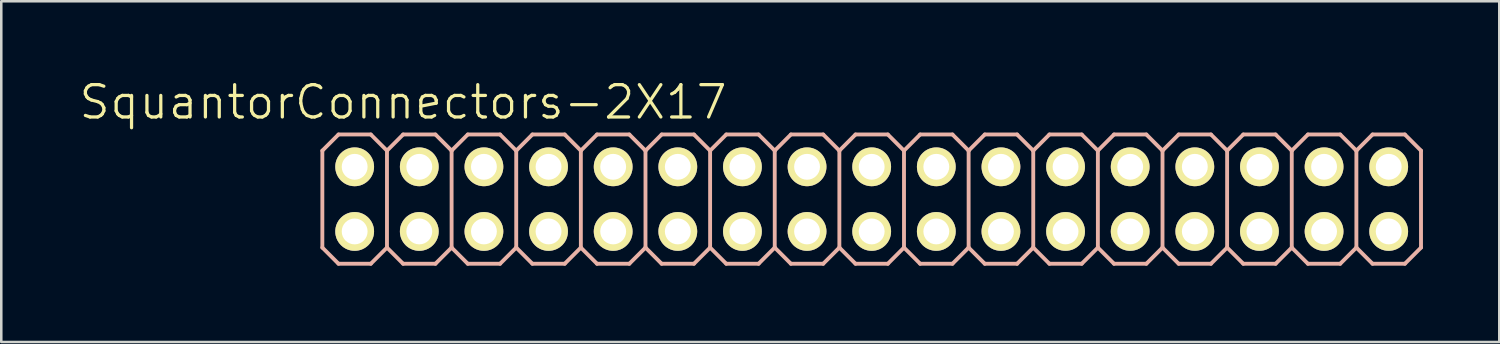
<source format=kicad_pcb>
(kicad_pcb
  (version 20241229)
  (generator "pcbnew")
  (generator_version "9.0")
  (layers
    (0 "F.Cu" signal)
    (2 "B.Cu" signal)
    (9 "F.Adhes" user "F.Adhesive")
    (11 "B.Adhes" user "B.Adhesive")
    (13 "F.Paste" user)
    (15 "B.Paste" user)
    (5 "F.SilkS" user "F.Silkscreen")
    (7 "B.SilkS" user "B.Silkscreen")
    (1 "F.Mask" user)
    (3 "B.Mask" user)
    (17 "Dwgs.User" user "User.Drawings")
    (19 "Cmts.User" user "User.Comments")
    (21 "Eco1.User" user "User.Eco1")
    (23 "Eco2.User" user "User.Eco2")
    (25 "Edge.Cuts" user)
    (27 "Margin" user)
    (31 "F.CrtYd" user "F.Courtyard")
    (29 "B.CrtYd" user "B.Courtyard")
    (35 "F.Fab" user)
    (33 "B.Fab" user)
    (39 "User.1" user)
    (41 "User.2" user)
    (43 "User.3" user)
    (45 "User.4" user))
  (footprint "SquantorConnectors-2X17"
    (layer "F.Cu")
    (at 31.209 4.776)
    (property "Reference" "SquantorConnectors-2X17" (at -18.415 -3.81 0) (layer "F.SilkS") (effects (font (size 1.27 1.27) (thickness 0.127))))
    (attr exclude_from_pos_files exclude_from_bom)
    (fp_line (start -20.574 -1.524) (end -20.066 -1.524) (stroke (width 0.066) (type solid)) (layer "F.SilkS"))
    (fp_line (start -20.574 -1.016) (end -20.574 -1.524) (stroke (width 0.066) (type solid)) (layer "F.SilkS"))
    (fp_line (start -20.574 -1.016) (end -20.066 -1.016) (stroke (width 0.066) (type solid)) (layer "F.SilkS"))
    (fp_line (start -20.574 1.016) (end -20.066 1.016) (stroke (width 0.066) (type solid)) (layer "F.SilkS"))
    (fp_line (start -20.574 1.524) (end -20.574 1.016) (stroke (width 0.066) (type solid)) (layer "F.SilkS"))
    (fp_line (start -20.574 1.524) (end -20.066 1.524) (stroke (width 0.066) (type solid)) (layer "F.SilkS"))
    (fp_line (start -20.066 -1.016) (end -20.066 -1.524) (stroke (width 0.066) (type solid)) (layer "F.SilkS"))
    (fp_line (start -20.066 1.524) (end -20.066 1.016) (stroke (width 0.066) (type solid)) (layer "F.SilkS"))
    (fp_line (start -18.034 -1.524) (end -17.523 -1.524) (stroke (width 0.066) (type solid)) (layer "F.SilkS"))
    (fp_line (start -18.034 -1.016) (end -18.034 -1.524) (stroke (width 0.066) (type solid)) (layer "F.SilkS"))
    (fp_line (start -18.034 -1.016) (end -17.523 -1.016) (stroke (width 0.066) (type solid)) (layer "F.SilkS"))
    (fp_line (start -18.034 1.016) (end -17.523 1.016) (stroke (width 0.066) (type solid)) (layer "F.SilkS"))
    (fp_line (start -18.034 1.524) (end -18.034 1.016) (stroke (width 0.066) (type solid)) (layer "F.SilkS"))
    (fp_line (start -18.034 1.524) (end -17.523 1.524) (stroke (width 0.066) (type solid)) (layer "F.SilkS"))
    (fp_line (start -17.523 -1.016) (end -17.523 -1.524) (stroke (width 0.066) (type solid)) (layer "F.SilkS"))
    (fp_line (start -17.523 1.524) (end -17.523 1.016) (stroke (width 0.066) (type solid)) (layer "F.SilkS"))
    (fp_line (start -15.494 -1.524) (end -14.986 -1.524) (stroke (width 0.066) (type solid)) (layer "F.SilkS"))
    (fp_line (start -15.494 -1.016) (end -15.494 -1.524) (stroke (width 0.066) (type solid)) (layer "F.SilkS"))
    (fp_line (start -15.494 -1.016) (end -14.986 -1.016) (stroke (width 0.066) (type solid)) (layer "F.SilkS"))
    (fp_line (start -15.494 1.016) (end -14.986 1.016) (stroke (width 0.066) (type solid)) (layer "F.SilkS"))
    (fp_line (start -15.494 1.524) (end -15.494 1.016) (stroke (width 0.066) (type solid)) (layer "F.SilkS"))
    (fp_line (start -15.494 1.524) (end -14.986 1.524) (stroke (width 0.066) (type solid)) (layer "F.SilkS"))
    (fp_line (start -14.986 -1.016) (end -14.986 -1.524) (stroke (width 0.066) (type solid)) (layer "F.SilkS"))
    (fp_line (start -14.986 1.524) (end -14.986 1.016) (stroke (width 0.066) (type solid)) (layer "F.SilkS"))
    (fp_line (start -12.954 -1.524) (end -12.446 -1.524) (stroke (width 0.066) (type solid)) (layer "F.SilkS"))
    (fp_line (start -12.954 -1.016) (end -12.954 -1.524) (stroke (width 0.066) (type solid)) (layer "F.SilkS"))
    (fp_line (start -12.954 -1.016) (end -12.446 -1.016) (stroke (width 0.066) (type solid)) (layer "F.SilkS"))
    (fp_line (start -12.954 1.016) (end -12.446 1.016) (stroke (width 0.066) (type solid)) (layer "F.SilkS"))
    (fp_line (start -12.954 1.524) (end -12.954 1.016) (stroke (width 0.066) (type solid)) (layer "F.SilkS"))
    (fp_line (start -12.954 1.524) (end -12.446 1.524) (stroke (width 0.066) (type solid)) (layer "F.SilkS"))
    (fp_line (start -12.446 -1.016) (end -12.446 -1.524) (stroke (width 0.066) (type solid)) (layer "F.SilkS"))
    (fp_line (start -12.446 1.524) (end -12.446 1.016) (stroke (width 0.066) (type solid)) (layer "F.SilkS"))
    (fp_line (start -10.414 -1.524) (end -9.906 -1.524) (stroke (width 0.066) (type solid)) (layer "F.SilkS"))
    (fp_line (start -10.414 -1.016) (end -10.414 -1.524) (stroke (width 0.066) (type solid)) (layer "F.SilkS"))
    (fp_line (start -10.414 -1.016) (end -9.906 -1.016) (stroke (width 0.066) (type solid)) (layer "F.SilkS"))
    (fp_line (start -10.414 1.016) (end -9.906 1.016) (stroke (width 0.066) (type solid)) (layer "F.SilkS"))
    (fp_line (start -10.414 1.524) (end -10.414 1.016) (stroke (width 0.066) (type solid)) (layer "F.SilkS"))
    (fp_line (start -10.414 1.524) (end -9.906 1.524) (stroke (width 0.066) (type solid)) (layer "F.SilkS"))
    (fp_line (start -9.906 -1.016) (end -9.906 -1.524) (stroke (width 0.066) (type solid)) (layer "F.SilkS"))
    (fp_line (start -9.906 1.524) (end -9.906 1.016) (stroke (width 0.066) (type solid)) (layer "F.SilkS"))
    (fp_line (start -7.874 -1.524) (end -7.366 -1.524) (stroke (width 0.066) (type solid)) (layer "F.SilkS"))
    (fp_line (start -7.874 -1.016) (end -7.874 -1.524) (stroke (width 0.066) (type solid)) (layer "F.SilkS"))
    (fp_line (start -7.874 -1.016) (end -7.366 -1.016) (stroke (width 0.066) (type solid)) (layer "F.SilkS"))
    (fp_line (start -7.874 1.016) (end -7.366 1.016) (stroke (width 0.066) (type solid)) (layer "F.SilkS"))
    (fp_line (start -7.874 1.524) (end -7.874 1.016) (stroke (width 0.066) (type solid)) (layer "F.SilkS"))
    (fp_line (start -7.874 1.524) (end -7.366 1.524) (stroke (width 0.066) (type solid)) (layer "F.SilkS"))
    (fp_line (start -7.366 -1.016) (end -7.366 -1.524) (stroke (width 0.066) (type solid)) (layer "F.SilkS"))
    (fp_line (start -7.366 1.524) (end -7.366 1.016) (stroke (width 0.066) (type solid)) (layer "F.SilkS"))
    (fp_line (start -5.334 -1.524) (end -4.826 -1.524) (stroke (width 0.066) (type solid)) (layer "F.SilkS"))
    (fp_line (start -5.334 -1.016) (end -5.334 -1.524) (stroke (width 0.066) (type solid)) (layer "F.SilkS"))
    (fp_line (start -5.334 -1.016) (end -4.826 -1.016) (stroke (width 0.066) (type solid)) (layer "F.SilkS"))
    (fp_line (start -5.334 1.016) (end -4.826 1.016) (stroke (width 0.066) (type solid)) (layer "F.SilkS"))
    (fp_line (start -5.334 1.524) (end -5.334 1.016) (stroke (width 0.066) (type solid)) (layer "F.SilkS"))
    (fp_line (start -5.334 1.524) (end -4.826 1.524) (stroke (width 0.066) (type solid)) (layer "F.SilkS"))
    (fp_line (start -4.826 -1.016) (end -4.826 -1.524) (stroke (width 0.066) (type solid)) (layer "F.SilkS"))
    (fp_line (start -4.826 1.524) (end -4.826 1.016) (stroke (width 0.066) (type solid)) (layer "F.SilkS"))
    (fp_line (start -2.794 -1.524) (end -2.286 -1.524) (stroke (width 0.066) (type solid)) (layer "F.SilkS"))
    (fp_line (start -2.794 -1.016) (end -2.794 -1.524) (stroke (width 0.066) (type solid)) (layer "F.SilkS"))
    (fp_line (start -2.794 -1.016) (end -2.286 -1.016) (stroke (width 0.066) (type solid)) (layer "F.SilkS"))
    (fp_line (start -2.794 1.016) (end -2.286 1.016) (stroke (width 0.066) (type solid)) (layer "F.SilkS"))
    (fp_line (start -2.794 1.524) (end -2.794 1.016) (stroke (width 0.066) (type solid)) (layer "F.SilkS"))
    (fp_line (start -2.794 1.524) (end -2.286 1.524) (stroke (width 0.066) (type solid)) (layer "F.SilkS"))
    (fp_line (start -2.286 -1.016) (end -2.286 -1.524) (stroke (width 0.066) (type solid)) (layer "F.SilkS"))
    (fp_line (start -2.286 1.524) (end -2.286 1.016) (stroke (width 0.066) (type solid)) (layer "F.SilkS"))
    (fp_line (start -0.254 -1.524) (end 0.254 -1.524) (stroke (width 0.066) (type solid)) (layer "F.SilkS"))
    (fp_line (start -0.254 -1.016) (end -0.254 -1.524) (stroke (width 0.066) (type solid)) (layer "F.SilkS"))
    (fp_line (start -0.254 -1.016) (end 0.254 -1.016) (stroke (width 0.066) (type solid)) (layer "F.SilkS"))
    (fp_line (start -0.254 1.016) (end 0.254 1.016) (stroke (width 0.066) (type solid)) (layer "F.SilkS"))
    (fp_line (start -0.254 1.524) (end -0.254 1.016) (stroke (width 0.066) (type solid)) (layer "F.SilkS"))
    (fp_line (start -0.254 1.524) (end 0.254 1.524) (stroke (width 0.066) (type solid)) (layer "F.SilkS"))
    (fp_line (start 0.254 -1.016) (end 0.254 -1.524) (stroke (width 0.066) (type solid)) (layer "F.SilkS"))
    (fp_line (start 0.254 1.524) (end 0.254 1.016) (stroke (width 0.066) (type solid)) (layer "F.SilkS"))
    (fp_line (start 2.286 -1.524) (end 2.794 -1.524) (stroke (width 0.066) (type solid)) (layer "F.SilkS"))
    (fp_line (start 2.286 -1.016) (end 2.286 -1.524) (stroke (width 0.066) (type solid)) (layer "F.SilkS"))
    (fp_line (start 2.286 -1.016) (end 2.794 -1.016) (stroke (width 0.066) (type solid)) (layer "F.SilkS"))
    (fp_line (start 2.286 1.016) (end 2.794 1.016) (stroke (width 0.066) (type solid)) (layer "F.SilkS"))
    (fp_line (start 2.286 1.524) (end 2.286 1.016) (stroke (width 0.066) (type solid)) (layer "F.SilkS"))
    (fp_line (start 2.286 1.524) (end 2.794 1.524) (stroke (width 0.066) (type solid)) (layer "F.SilkS"))
    (fp_line (start 2.794 -1.016) (end 2.794 -1.524) (stroke (width 0.066) (type solid)) (layer "F.SilkS"))
    (fp_line (start 2.794 1.524) (end 2.794 1.016) (stroke (width 0.066) (type solid)) (layer "F.SilkS"))
    (fp_line (start 4.826 -1.524) (end 5.334 -1.524) (stroke (width 0.066) (type solid)) (layer "F.SilkS"))
    (fp_line (start 4.826 -1.016) (end 4.826 -1.524) (stroke (width 0.066) (type solid)) (layer "F.SilkS"))
    (fp_line (start 4.826 -1.016) (end 5.334 -1.016) (stroke (width 0.066) (type solid)) (layer "F.SilkS"))
    (fp_line (start 4.826 1.016) (end 5.334 1.016) (stroke (width 0.066) (type solid)) (layer "F.SilkS"))
    (fp_line (start 4.826 1.524) (end 4.826 1.016) (stroke (width 0.066) (type solid)) (layer "F.SilkS"))
    (fp_line (start 4.826 1.524) (end 5.334 1.524) (stroke (width 0.066) (type solid)) (layer "F.SilkS"))
    (fp_line (start 5.334 -1.016) (end 5.334 -1.524) (stroke (width 0.066) (type solid)) (layer "F.SilkS"))
    (fp_line (start 5.334 1.524) (end 5.334 1.016) (stroke (width 0.066) (type solid)) (layer "F.SilkS"))
    (fp_line (start 7.366 -1.524) (end 7.874 -1.524) (stroke (width 0.066) (type solid)) (layer "F.SilkS"))
    (fp_line (start 7.366 -1.016) (end 7.366 -1.524) (stroke (width 0.066) (type solid)) (layer "F.SilkS"))
    (fp_line (start 7.366 -1.016) (end 7.874 -1.016) (stroke (width 0.066) (type solid)) (layer "F.SilkS"))
    (fp_line (start 7.366 1.016) (end 7.874 1.016) (stroke (width 0.066) (type solid)) (layer "F.SilkS"))
    (fp_line (start 7.366 1.524) (end 7.366 1.016) (stroke (width 0.066) (type solid)) (layer "F.SilkS"))
    (fp_line (start 7.366 1.524) (end 7.874 1.524) (stroke (width 0.066) (type solid)) (layer "F.SilkS"))
    (fp_line (start 7.874 -1.016) (end 7.874 -1.524) (stroke (width 0.066) (type solid)) (layer "F.SilkS"))
    (fp_line (start 7.874 1.524) (end 7.874 1.016) (stroke (width 0.066) (type solid)) (layer "F.SilkS"))
    (fp_line (start 9.906 -1.524) (end 10.414 -1.524) (stroke (width 0.066) (type solid)) (layer "F.SilkS"))
    (fp_line (start 9.906 -1.016) (end 9.906 -1.524) (stroke (width 0.066) (type solid)) (layer "F.SilkS"))
    (fp_line (start 9.906 -1.016) (end 10.414 -1.016) (stroke (width 0.066) (type solid)) (layer "F.SilkS"))
    (fp_line (start 9.906 1.016) (end 10.414 1.016) (stroke (width 0.066) (type solid)) (layer "F.SilkS"))
    (fp_line (start 9.906 1.524) (end 9.906 1.016) (stroke (width 0.066) (type solid)) (layer "F.SilkS"))
    (fp_line (start 9.906 1.524) (end 10.414 1.524) (stroke (width 0.066) (type solid)) (layer "F.SilkS"))
    (fp_line (start 10.414 -1.016) (end 10.414 -1.524) (stroke (width 0.066) (type solid)) (layer "F.SilkS"))
    (fp_line (start 10.414 1.524) (end 10.414 1.016) (stroke (width 0.066) (type solid)) (layer "F.SilkS"))
    (fp_line (start 12.446 -1.524) (end 12.954 -1.524) (stroke (width 0.066) (type solid)) (layer "F.SilkS"))
    (fp_line (start 12.446 -1.016) (end 12.446 -1.524) (stroke (width 0.066) (type solid)) (layer "F.SilkS"))
    (fp_line (start 12.446 -1.016) (end 12.954 -1.016) (stroke (width 0.066) (type solid)) (layer "F.SilkS"))
    (fp_line (start 12.446 1.016) (end 12.954 1.016) (stroke (width 0.066) (type solid)) (layer "F.SilkS"))
    (fp_line (start 12.446 1.524) (end 12.446 1.016) (stroke (width 0.066) (type solid)) (layer "F.SilkS"))
    (fp_line (start 12.446 1.524) (end 12.954 1.524) (stroke (width 0.066) (type solid)) (layer "F.SilkS"))
    (fp_line (start 12.954 -1.016) (end 12.954 -1.524) (stroke (width 0.066) (type solid)) (layer "F.SilkS"))
    (fp_line (start 12.954 1.524) (end 12.954 1.016) (stroke (width 0.066) (type solid)) (layer "F.SilkS"))
    (fp_line (start 14.986 -1.524) (end 15.494 -1.524) (stroke (width 0.066) (type solid)) (layer "F.SilkS"))
    (fp_line (start 14.986 -1.016) (end 14.986 -1.524) (stroke (width 0.066) (type solid)) (layer "F.SilkS"))
    (fp_line (start 14.986 -1.016) (end 15.494 -1.016) (stroke (width 0.066) (type solid)) (layer "F.SilkS"))
    (fp_line (start 14.986 1.016) (end 15.494 1.016) (stroke (width 0.066) (type solid)) (layer "F.SilkS"))
    (fp_line (start 14.986 1.524) (end 14.986 1.016) (stroke (width 0.066) (type solid)) (layer "F.SilkS"))
    (fp_line (start 14.986 1.524) (end 15.494 1.524) (stroke (width 0.066) (type solid)) (layer "F.SilkS"))
    (fp_line (start 15.494 -1.016) (end 15.494 -1.524) (stroke (width 0.066) (type solid)) (layer "F.SilkS"))
    (fp_line (start 15.494 1.524) (end 15.494 1.016) (stroke (width 0.066) (type solid)) (layer "F.SilkS"))
    (fp_line (start 17.523 -1.524) (end 18.034 -1.524) (stroke (width 0.066) (type solid)) (layer "F.SilkS"))
    (fp_line (start 17.523 -1.016) (end 17.523 -1.524) (stroke (width 0.066) (type solid)) (layer "F.SilkS"))
    (fp_line (start 17.523 -1.016) (end 18.034 -1.016) (stroke (width 0.066) (type solid)) (layer "F.SilkS"))
    (fp_line (start 17.523 1.016) (end 18.034 1.016) (stroke (width 0.066) (type solid)) (layer "F.SilkS"))
    (fp_line (start 17.523 1.524) (end 17.523 1.016) (stroke (width 0.066) (type solid)) (layer "F.SilkS"))
    (fp_line (start 17.523 1.524) (end 18.034 1.524) (stroke (width 0.066) (type solid)) (layer "F.SilkS"))
    (fp_line (start 18.034 -1.016) (end 18.034 -1.524) (stroke (width 0.066) (type solid)) (layer "F.SilkS"))
    (fp_line (start 18.034 1.524) (end 18.034 1.016) (stroke (width 0.066) (type solid)) (layer "F.SilkS"))
    (fp_line (start 20.066 -1.524) (end 20.574 -1.524) (stroke (width 0.066) (type solid)) (layer "F.SilkS"))
    (fp_line (start 20.066 -1.016) (end 20.066 -1.524) (stroke (width 0.066) (type solid)) (layer "F.SilkS"))
    (fp_line (start 20.066 -1.016) (end 20.574 -1.016) (stroke (width 0.066) (type solid)) (layer "F.SilkS"))
    (fp_line (start 20.066 1.016) (end 20.574 1.016) (stroke (width 0.066) (type solid)) (layer "F.SilkS"))
    (fp_line (start 20.066 1.524) (end 20.066 1.016) (stroke (width 0.066) (type solid)) (layer "F.SilkS"))
    (fp_line (start 20.066 1.524) (end 20.574 1.524) (stroke (width 0.066) (type solid)) (layer "F.SilkS"))
    (fp_line (start 20.574 -1.016) (end 20.574 -1.524) (stroke (width 0.066) (type solid)) (layer "F.SilkS"))
    (fp_line (start 20.574 1.524) (end 20.574 1.016) (stroke (width 0.066) (type solid)) (layer "F.SilkS"))
    (fp_line (start -21.59 -1.905) (end -20.955 -2.54) (stroke (width 0.152) (type solid)) (layer "B.SilkS"))
    (fp_line (start -21.59 1.905) (end -21.59 -1.905) (stroke (width 0.152) (type solid)) (layer "B.SilkS"))
    (fp_line (start -21.59 1.905) (end -20.955 2.54) (stroke (width 0.152) (type solid)) (layer "B.SilkS"))
    (fp_line (start -20.955 -2.54) (end -19.685 -2.54) (stroke (width 0.152) (type solid)) (layer "B.SilkS"))
    (fp_line (start -20.955 2.54) (end -19.685 2.54) (stroke (width 0.152) (type solid)) (layer "B.SilkS"))
    (fp_line (start -19.685 -2.54) (end -19.05 -1.905) (stroke (width 0.152) (type solid)) (layer "B.SilkS"))
    (fp_line (start -19.685 2.54) (end -19.05 1.905) (stroke (width 0.152) (type solid)) (layer "B.SilkS"))
    (fp_line (start -19.05 -1.905) (end -19.05 1.905) (stroke (width 0.152) (type solid)) (layer "B.SilkS"))
    (fp_line (start -19.05 -1.905) (end -18.415 -2.54) (stroke (width 0.152) (type solid)) (layer "B.SilkS"))
    (fp_line (start -19.05 1.905) (end -18.415 2.54) (stroke (width 0.152) (type solid)) (layer "B.SilkS"))
    (fp_line (start -18.415 -2.54) (end -17.145 -2.54) (stroke (width 0.152) (type solid)) (layer "B.SilkS"))
    (fp_line (start -18.415 2.54) (end -17.145 2.54) (stroke (width 0.152) (type solid)) (layer "B.SilkS"))
    (fp_line (start -17.145 -2.54) (end -16.51 -1.905) (stroke (width 0.152) (type solid)) (layer "B.SilkS"))
    (fp_line (start -17.145 2.54) (end -16.51 1.905) (stroke (width 0.152) (type solid)) (layer "B.SilkS"))
    (fp_line (start -16.51 -1.905) (end -16.51 1.905) (stroke (width 0.152) (type solid)) (layer "B.SilkS"))
    (fp_line (start -16.51 -1.905) (end -15.875 -2.54) (stroke (width 0.152) (type solid)) (layer "B.SilkS"))
    (fp_line (start -16.51 1.905) (end -15.875 2.54) (stroke (width 0.152) (type solid)) (layer "B.SilkS"))
    (fp_line (start -15.875 -2.54) (end -14.605 -2.54) (stroke (width 0.152) (type solid)) (layer "B.SilkS"))
    (fp_line (start -15.875 2.54) (end -14.605 2.54) (stroke (width 0.152) (type solid)) (layer "B.SilkS"))
    (fp_line (start -14.605 -2.54) (end -13.97 -1.905) (stroke (width 0.152) (type solid)) (layer "B.SilkS"))
    (fp_line (start -14.605 2.54) (end -13.97 1.905) (stroke (width 0.152) (type solid)) (layer "B.SilkS"))
    (fp_line (start -13.97 -1.905) (end -13.97 1.905) (stroke (width 0.152) (type solid)) (layer "B.SilkS"))
    (fp_line (start -13.97 -1.905) (end -13.335 -2.54) (stroke (width 0.152) (type solid)) (layer "B.SilkS"))
    (fp_line (start -13.97 1.905) (end -13.335 2.54) (stroke (width 0.152) (type solid)) (layer "B.SilkS"))
    (fp_line (start -13.335 -2.54) (end -12.065 -2.54) (stroke (width 0.152) (type solid)) (layer "B.SilkS"))
    (fp_line (start -13.335 2.54) (end -12.065 2.54) (stroke (width 0.152) (type solid)) (layer "B.SilkS"))
    (fp_line (start -12.065 -2.54) (end -11.43 -1.905) (stroke (width 0.152) (type solid)) (layer "B.SilkS"))
    (fp_line (start -12.065 2.54) (end -11.43 1.905) (stroke (width 0.152) (type solid)) (layer "B.SilkS"))
    (fp_line (start -11.43 -1.905) (end -11.43 1.905) (stroke (width 0.152) (type solid)) (layer "B.SilkS"))
    (fp_line (start -11.43 -1.905) (end -10.795 -2.54) (stroke (width 0.152) (type solid)) (layer "B.SilkS"))
    (fp_line (start -11.43 1.905) (end -10.795 2.54) (stroke (width 0.152) (type solid)) (layer "B.SilkS"))
    (fp_line (start -10.795 -2.54) (end -9.525 -2.54) (stroke (width 0.152) (type solid)) (layer "B.SilkS"))
    (fp_line (start -10.795 2.54) (end -9.525 2.54) (stroke (width 0.152) (type solid)) (layer "B.SilkS"))
    (fp_line (start -9.525 -2.54) (end -8.89 -1.905) (stroke (width 0.152) (type solid)) (layer "B.SilkS"))
    (fp_line (start -9.525 2.54) (end -8.89 1.905) (stroke (width 0.152) (type solid)) (layer "B.SilkS"))
    (fp_line (start -8.89 -1.905) (end -8.89 1.905) (stroke (width 0.152) (type solid)) (layer "B.SilkS"))
    (fp_line (start -8.89 -1.905) (end -8.255 -2.54) (stroke (width 0.152) (type solid)) (layer "B.SilkS"))
    (fp_line (start -8.89 1.905) (end -8.255 2.54) (stroke (width 0.152) (type solid)) (layer "B.SilkS"))
    (fp_line (start -8.255 -2.54) (end -6.985 -2.54) (stroke (width 0.152) (type solid)) (layer "B.SilkS"))
    (fp_line (start -8.255 2.54) (end -6.985 2.54) (stroke (width 0.152) (type solid)) (layer "B.SilkS"))
    (fp_line (start -6.985 -2.54) (end -6.35 -1.905) (stroke (width 0.152) (type solid)) (layer "B.SilkS"))
    (fp_line (start -6.985 2.54) (end -6.35 1.905) (stroke (width 0.152) (type solid)) (layer "B.SilkS"))
    (fp_line (start -6.35 -1.905) (end -6.35 1.905) (stroke (width 0.152) (type solid)) (layer "B.SilkS"))
    (fp_line (start -6.35 -1.905) (end -5.715 -2.54) (stroke (width 0.152) (type solid)) (layer "B.SilkS"))
    (fp_line (start -6.35 1.905) (end -5.715 2.54) (stroke (width 0.152) (type solid)) (layer "B.SilkS"))
    (fp_line (start -5.715 -2.54) (end -4.445 -2.54) (stroke (width 0.152) (type solid)) (layer "B.SilkS"))
    (fp_line (start -4.445 -2.54) (end -3.81 -1.905) (stroke (width 0.152) (type solid)) (layer "B.SilkS"))
    (fp_line (start -4.445 2.54) (end -5.715 2.54) (stroke (width 0.152) (type solid)) (layer "B.SilkS"))
    (fp_line (start -3.81 -1.905) (end -3.81 1.905) (stroke (width 0.152) (type solid)) (layer "B.SilkS"))
    (fp_line (start -3.81 -1.905) (end -3.175 -2.54) (stroke (width 0.152) (type solid)) (layer "B.SilkS"))
    (fp_line (start -3.81 1.905) (end -4.445 2.54) (stroke (width 0.152) (type solid)) (layer "B.SilkS"))
    (fp_line (start -3.81 1.905) (end -3.175 2.54) (stroke (width 0.152) (type solid)) (layer "B.SilkS"))
    (fp_line (start -3.175 -2.54) (end -1.905 -2.54) (stroke (width 0.152) (type solid)) (layer "B.SilkS"))
    (fp_line (start -1.905 -2.54) (end -1.27 -1.905) (stroke (width 0.152) (type solid)) (layer "B.SilkS"))
    (fp_line (start -1.905 2.54) (end -3.175 2.54) (stroke (width 0.152) (type solid)) (layer "B.SilkS"))
    (fp_line (start -1.27 -1.905) (end -1.27 1.905) (stroke (width 0.152) (type solid)) (layer "B.SilkS"))
    (fp_line (start -1.27 -1.905) (end -0.635 -2.54) (stroke (width 0.152) (type solid)) (layer "B.SilkS"))
    (fp_line (start -1.27 1.905) (end -1.905 2.54) (stroke (width 0.152) (type solid)) (layer "B.SilkS"))
    (fp_line (start -1.27 1.905) (end -0.635 2.54) (stroke (width 0.152) (type solid)) (layer "B.SilkS"))
    (fp_line (start -0.635 -2.54) (end 0.635 -2.54) (stroke (width 0.152) (type solid)) (layer "B.SilkS"))
    (fp_line (start 0.635 -2.54) (end 1.27 -1.905) (stroke (width 0.152) (type solid)) (layer "B.SilkS"))
    (fp_line (start 0.635 2.54) (end -0.635 2.54) (stroke (width 0.152) (type solid)) (layer "B.SilkS"))
    (fp_line (start 1.27 -1.905) (end 1.27 1.905) (stroke (width 0.152) (type solid)) (layer "B.SilkS"))
    (fp_line (start 1.27 -1.905) (end 1.905 -2.54) (stroke (width 0.152) (type solid)) (layer "B.SilkS"))
    (fp_line (start 1.27 1.905) (end 0.635 2.54) (stroke (width 0.152) (type solid)) (layer "B.SilkS"))
    (fp_line (start 1.27 1.905) (end 1.905 2.54) (stroke (width 0.152) (type solid)) (layer "B.SilkS"))
    (fp_line (start 1.905 -2.54) (end 3.175 -2.54) (stroke (width 0.152) (type solid)) (layer "B.SilkS"))
    (fp_line (start 3.175 -2.54) (end 3.81 -1.905) (stroke (width 0.152) (type solid)) (layer "B.SilkS"))
    (fp_line (start 3.175 2.54) (end 1.905 2.54) (stroke (width 0.152) (type solid)) (layer "B.SilkS"))
    (fp_line (start 3.81 -1.905) (end 3.81 1.905) (stroke (width 0.152) (type solid)) (layer "B.SilkS"))
    (fp_line (start 3.81 -1.905) (end 4.445 -2.54) (stroke (width 0.152) (type solid)) (layer "B.SilkS"))
    (fp_line (start 3.81 1.905) (end 3.175 2.54) (stroke (width 0.152) (type solid)) (layer "B.SilkS"))
    (fp_line (start 3.81 1.905) (end 4.445 2.54) (stroke (width 0.152) (type solid)) (layer "B.SilkS"))
    (fp_line (start 4.445 -2.54) (end 5.715 -2.54) (stroke (width 0.152) (type solid)) (layer "B.SilkS"))
    (fp_line (start 5.715 -2.54) (end 6.35 -1.905) (stroke (width 0.152) (type solid)) (layer "B.SilkS"))
    (fp_line (start 5.715 2.54) (end 4.445 2.54) (stroke (width 0.152) (type solid)) (layer "B.SilkS"))
    (fp_line (start 6.35 -1.905) (end 6.35 1.905) (stroke (width 0.152) (type solid)) (layer "B.SilkS"))
    (fp_line (start 6.35 -1.905) (end 6.985 -2.54) (stroke (width 0.152) (type solid)) (layer "B.SilkS"))
    (fp_line (start 6.35 1.905) (end 5.715 2.54) (stroke (width 0.152) (type solid)) (layer "B.SilkS"))
    (fp_line (start 6.35 1.905) (end 6.985 2.54) (stroke (width 0.152) (type solid)) (layer "B.SilkS"))
    (fp_line (start 6.985 -2.54) (end 8.255 -2.54) (stroke (width 0.152) (type solid)) (layer "B.SilkS"))
    (fp_line (start 8.255 2.54) (end 6.985 2.54) (stroke (width 0.152) (type solid)) (layer "B.SilkS"))
    (fp_line (start 8.89 -1.905) (end 8.255 -2.54) (stroke (width 0.152) (type solid)) (layer "B.SilkS"))
    (fp_line (start 8.89 -1.905) (end 8.89 1.905) (stroke (width 0.152) (type solid)) (layer "B.SilkS"))
    (fp_line (start 8.89 -1.905) (end 9.525 -2.54) (stroke (width 0.152) (type solid)) (layer "B.SilkS"))
    (fp_line (start 8.89 1.905) (end 8.255 2.54) (stroke (width 0.152) (type solid)) (layer "B.SilkS"))
    (fp_line (start 8.89 1.905) (end 9.525 2.54) (stroke (width 0.152) (type solid)) (layer "B.SilkS"))
    (fp_line (start 10.795 -2.54) (end 9.525 -2.54) (stroke (width 0.152) (type solid)) (layer "B.SilkS"))
    (fp_line (start 10.795 -2.54) (end 11.43 -1.905) (stroke (width 0.152) (type solid)) (layer "B.SilkS"))
    (fp_line (start 10.795 2.54) (end 9.525 2.54) (stroke (width 0.152) (type solid)) (layer "B.SilkS"))
    (fp_line (start 11.43 -1.905) (end 11.43 1.905) (stroke (width 0.152) (type solid)) (layer "B.SilkS"))
    (fp_line (start 11.43 -1.905) (end 12.065 -2.54) (stroke (width 0.152) (type solid)) (layer "B.SilkS"))
    (fp_line (start 11.43 1.905) (end 10.795 2.54) (stroke (width 0.152) (type solid)) (layer "B.SilkS"))
    (fp_line (start 11.43 1.905) (end 12.065 2.54) (stroke (width 0.152) (type solid)) (layer "B.SilkS"))
    (fp_line (start 13.335 -2.54) (end 12.065 -2.54) (stroke (width 0.152) (type solid)) (layer "B.SilkS"))
    (fp_line (start 13.335 -2.54) (end 13.97 -1.905) (stroke (width 0.152) (type solid)) (layer "B.SilkS"))
    (fp_line (start 13.335 2.54) (end 12.065 2.54) (stroke (width 0.152) (type solid)) (layer "B.SilkS"))
    (fp_line (start 13.97 -1.905) (end 13.97 1.905) (stroke (width 0.152) (type solid)) (layer "B.SilkS"))
    (fp_line (start 13.97 -1.905) (end 14.605 -2.54) (stroke (width 0.152) (type solid)) (layer "B.SilkS"))
    (fp_line (start 13.97 1.905) (end 13.335 2.54) (stroke (width 0.152) (type solid)) (layer "B.SilkS"))
    (fp_line (start 14.605 2.54) (end 13.97 1.905) (stroke (width 0.152) (type solid)) (layer "B.SilkS"))
    (fp_line (start 14.605 2.54) (end 15.875 2.54) (stroke (width 0.152) (type solid)) (layer "B.SilkS"))
    (fp_line (start 15.875 -2.54) (end 14.605 -2.54) (stroke (width 0.152) (type solid)) (layer "B.SilkS"))
    (fp_line (start 15.875 -2.54) (end 16.51 -1.905) (stroke (width 0.152) (type solid)) (layer "B.SilkS"))
    (fp_line (start 16.51 -1.905) (end 16.51 1.905) (stroke (width 0.152) (type solid)) (layer "B.SilkS"))
    (fp_line (start 16.51 -1.905) (end 17.145 -2.54) (stroke (width 0.152) (type solid)) (layer "B.SilkS"))
    (fp_line (start 16.51 1.905) (end 15.875 2.54) (stroke (width 0.152) (type solid)) (layer "B.SilkS"))
    (fp_line (start 17.145 2.54) (end 16.51 1.905) (stroke (width 0.152) (type solid)) (layer "B.SilkS"))
    (fp_line (start 17.145 2.54) (end 18.415 2.54) (stroke (width 0.152) (type solid)) (layer "B.SilkS"))
    (fp_line (start 18.415 -2.54) (end 17.145 -2.54) (stroke (width 0.152) (type solid)) (layer "B.SilkS"))
    (fp_line (start 18.415 -2.54) (end 19.05 -1.905) (stroke (width 0.152) (type solid)) (layer "B.SilkS"))
    (fp_line (start 19.05 -1.905) (end 19.05 1.905) (stroke (width 0.152) (type solid)) (layer "B.SilkS"))
    (fp_line (start 19.05 -1.905) (end 19.685 -2.54) (stroke (width 0.152) (type solid)) (layer "B.SilkS"))
    (fp_line (start 19.05 1.905) (end 18.415 2.54) (stroke (width 0.152) (type solid)) (layer "B.SilkS"))
    (fp_line (start 19.05 1.905) (end 19.685 2.54) (stroke (width 0.152) (type solid)) (layer "B.SilkS"))
    (fp_line (start 20.955 -2.54) (end 19.685 -2.54) (stroke (width 0.152) (type solid)) (layer "B.SilkS"))
    (fp_line (start 20.955 -2.54) (end 21.59 -1.905) (stroke (width 0.152) (type solid)) (layer "B.SilkS"))
    (fp_line (start 20.955 2.54) (end 19.685 2.54) (stroke (width 0.152) (type solid)) (layer "B.SilkS"))
    (fp_line (start 21.59 -1.905) (end 21.59 1.905) (stroke (width 0.152) (type solid)) (layer "B.SilkS"))
    (fp_line (start 21.59 1.905) (end 20.955 2.54) (stroke (width 0.152) (type solid)) (layer "B.SilkS"))
    (pad "1" thru_hole circle (at -20.32 1.27) (size 1.524 1.524) (drill 1.016) (layers "*.Cu" "F.Mask" "F.SilkS" "F.Paste"))
    (pad "2" thru_hole circle (at -20.32 -1.27) (size 1.524 1.524) (drill 1.016) (layers "*.Cu" "F.Mask" "F.SilkS" "F.Paste"))
    (pad "3" thru_hole circle (at -17.78 1.27) (size 1.524 1.524) (drill 1.016) (layers "*.Cu" "F.Mask" "F.SilkS" "F.Paste"))
    (pad "4" thru_hole circle (at -17.78 -1.27) (size 1.524 1.524) (drill 1.016) (layers "*.Cu" "F.Mask" "F.SilkS" "F.Paste"))
    (pad "5" thru_hole circle (at -15.24 1.27) (size 1.524 1.524) (drill 1.016) (layers "*.Cu" "F.Mask" "F.SilkS" "F.Paste"))
    (pad "6" thru_hole circle (at -15.24 -1.27) (size 1.524 1.524) (drill 1.016) (layers "*.Cu" "F.Mask" "F.SilkS" "F.Paste"))
    (pad "7" thru_hole circle (at -12.7 1.27) (size 1.524 1.524) (drill 1.016) (layers "*.Cu" "F.Mask" "F.SilkS" "F.Paste"))
    (pad "8" thru_hole circle (at -12.7 -1.27) (size 1.524 1.524) (drill 1.016) (layers "*.Cu" "F.Mask" "F.SilkS" "F.Paste"))
    (pad "9" thru_hole circle (at -10.16 1.27) (size 1.524 1.524) (drill 1.016) (layers "*.Cu" "F.Mask" "F.SilkS" "F.Paste"))
    (pad "10" thru_hole circle (at -10.16 -1.27) (size 1.524 1.524) (drill 1.016) (layers "*.Cu" "F.Mask" "F.SilkS" "F.Paste"))
    (pad "11" thru_hole circle (at -7.62 1.27) (size 1.524 1.524) (drill 1.016) (layers "*.Cu" "F.Mask" "F.SilkS" "F.Paste"))
    (pad "12" thru_hole circle (at -7.62 -1.27) (size 1.524 1.524) (drill 1.016) (layers "*.Cu" "F.Mask" "F.SilkS" "F.Paste"))
    (pad "13" thru_hole circle (at -5.08 1.27) (size 1.524 1.524) (drill 1.016) (layers "*.Cu" "F.Mask" "F.SilkS" "F.Paste"))
    (pad "14" thru_hole circle (at -5.08 -1.27) (size 1.524 1.524) (drill 1.016) (layers "*.Cu" "F.Mask" "F.SilkS" "F.Paste"))
    (pad "15" thru_hole circle (at -2.54 1.27) (size 1.524 1.524) (drill 1.016) (layers "*.Cu" "F.Mask" "F.SilkS" "F.Paste"))
    (pad "16" thru_hole circle (at -2.54 -1.27) (size 1.524 1.524) (drill 1.016) (layers "*.Cu" "F.Mask" "F.SilkS" "F.Paste"))
    (pad "17" thru_hole circle (at 0 1.27) (size 1.524 1.524) (drill 1.016) (layers "*.Cu" "F.Mask" "F.SilkS" "F.Paste"))
    (pad "18" thru_hole circle (at 0 -1.27) (size 1.524 1.524) (drill 1.016) (layers "*.Cu" "F.Mask" "F.SilkS" "F.Paste"))
    (pad "19" thru_hole circle (at 2.54 1.27) (size 1.524 1.524) (drill 1.016) (layers "*.Cu" "F.Mask" "F.SilkS" "F.Paste"))
    (pad "20" thru_hole circle (at 2.54 -1.27) (size 1.524 1.524) (drill 1.016) (layers "*.Cu" "F.Mask" "F.SilkS" "F.Paste"))
    (pad "21" thru_hole circle (at 5.08 1.27) (size 1.524 1.524) (drill 1.016) (layers "*.Cu" "F.Mask" "F.SilkS" "F.Paste"))
    (pad "22" thru_hole circle (at 5.08 -1.27) (size 1.524 1.524) (drill 1.016) (layers "*.Cu" "F.Mask" "F.SilkS" "F.Paste"))
    (pad "23" thru_hole circle (at 7.62 1.27) (size 1.524 1.524) (drill 1.016) (layers "*.Cu" "F.Mask" "F.SilkS" "F.Paste"))
    (pad "24" thru_hole circle (at 7.62 -1.27) (size 1.524 1.524) (drill 1.016) (layers "*.Cu" "F.Mask" "F.SilkS" "F.Paste"))
    (pad "25" thru_hole circle (at 10.16 1.27) (size 1.524 1.524) (drill 1.016) (layers "*.Cu" "F.Mask" "F.SilkS" "F.Paste"))
    (pad "26" thru_hole circle (at 10.16 -1.27) (size 1.524 1.524) (drill 1.016) (layers "*.Cu" "F.Mask" "F.SilkS" "F.Paste"))
    (pad "27" thru_hole circle (at 12.7 1.27) (size 1.524 1.524) (drill 1.016) (layers "*.Cu" "F.Mask" "F.SilkS" "F.Paste"))
    (pad "28" thru_hole circle (at 12.7 -1.27) (size 1.524 1.524) (drill 1.016) (layers "*.Cu" "F.Mask" "F.SilkS" "F.Paste"))
    (pad "29" thru_hole circle (at 15.24 1.27) (size 1.524 1.524) (drill 1.016) (layers "*.Cu" "F.Mask" "F.SilkS" "F.Paste"))
    (pad "30" thru_hole circle (at 15.24 -1.27) (size 1.524 1.524) (drill 1.016) (layers "*.Cu" "F.Mask" "F.SilkS" "F.Paste"))
    (pad "31" thru_hole circle (at 17.78 1.27) (size 1.524 1.524) (drill 1.016) (layers "*.Cu" "F.Mask" "F.SilkS" "F.Paste"))
    (pad "32" thru_hole circle (at 17.78 -1.27) (size 1.524 1.524) (drill 1.016) (layers "*.Cu" "F.Mask" "F.SilkS" "F.Paste"))
    (pad "33" thru_hole circle (at 20.32 1.27) (size 1.524 1.524) (drill 1.016) (layers "*.Cu" "F.Mask" "F.SilkS" "F.Paste"))
    (pad "34" thru_hole circle (at 20.32 -1.27) (size 1.524 1.524) (drill 1.016) (layers "*.Cu" "F.Mask" "F.SilkS" "F.Paste")))
  (gr_rect
    (start -3 -3)
    (end 55.875 10.392)
    (stroke (width 0.1) (type default))
    (fill no)
    (layer "Edge.Cuts")))
</source>
